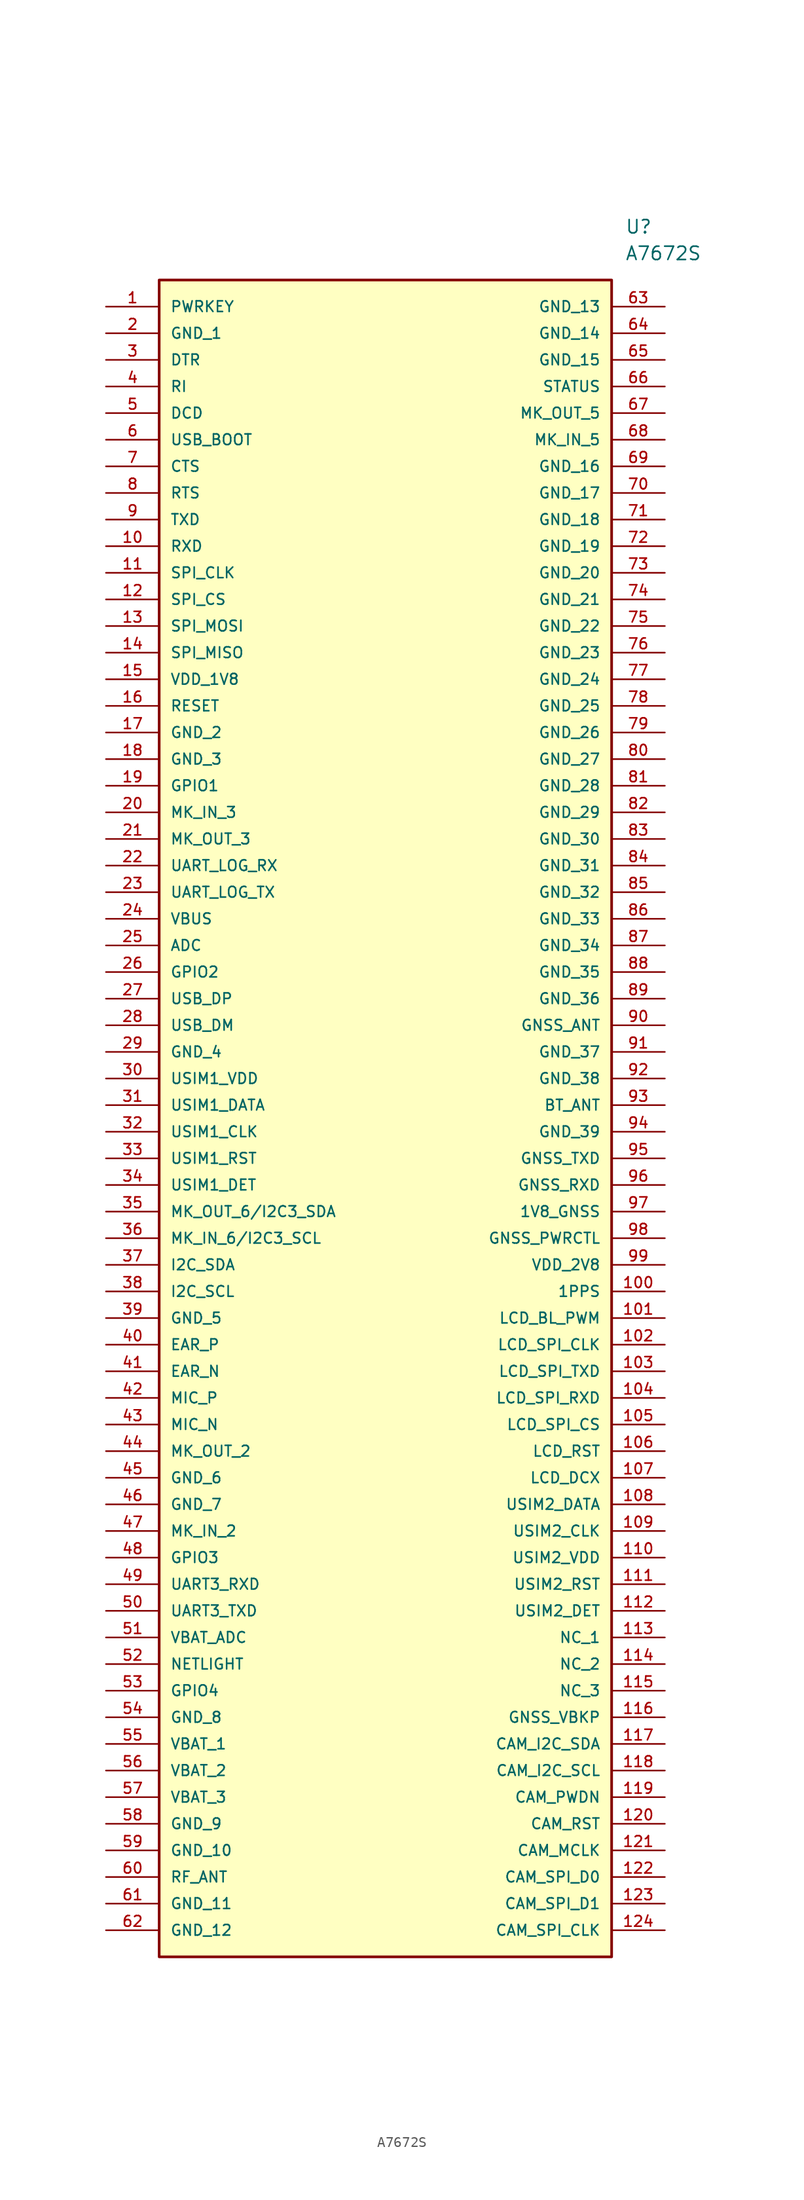
<source format=kicad_sym>
(kicad_symbol_lib
  (version 20211014)
  (generator kicad_symbol_editor)
  (symbol "A7672S"
    (pin_names
      (offset 1.016))
    (property "Reference" "U"
      (at 49.53 7.62 0)
      (effects (font (size 1.27 1.27)) (justify left)))
    (property "Value" "A7672S"
      (at 49.53 5.08 0)
      (effects (font (size 1.27 1.27)) (justify left)))
    (symbol "A7672S_0_0"
      (rectangle (start 5.08 -157.48) (end 48.26 2.54) (stroke (width 0.254)) (fill (type background)))
      (pin bidirectional line (at 0.0 0.0 0) (length 5.08) (name "PWRKEY" (effects (font (size 1.016 1.016)))) (number "1" (effects (font (size 1.016 1.016)))))
      (pin bidirectional line (at 0.0 -2.54 0) (length 5.08) (name "GND_1" (effects (font (size 1.016 1.016)))) (number "2" (effects (font (size 1.016 1.016)))))
      (pin bidirectional line (at 0.0 -5.08 0) (length 5.08) (name "DTR" (effects (font (size 1.016 1.016)))) (number "3" (effects (font (size 1.016 1.016)))))
      (pin bidirectional line (at 0.0 -7.62 0) (length 5.08) (name "RI" (effects (font (size 1.016 1.016)))) (number "4" (effects (font (size 1.016 1.016)))))
      (pin bidirectional line (at 0.0 -10.16 0) (length 5.08) (name "DCD" (effects (font (size 1.016 1.016)))) (number "5" (effects (font (size 1.016 1.016)))))
      (pin bidirectional line (at 0.0 -12.7 0) (length 5.08) (name "USB_BOOT" (effects (font (size 1.016 1.016)))) (number "6" (effects (font (size 1.016 1.016)))))
      (pin bidirectional line (at 0.0 -15.24 0) (length 5.08) (name "CTS" (effects (font (size 1.016 1.016)))) (number "7" (effects (font (size 1.016 1.016)))))
      (pin bidirectional line (at 0.0 -17.78 0) (length 5.08) (name "RTS" (effects (font (size 1.016 1.016)))) (number "8" (effects (font (size 1.016 1.016)))))
      (pin bidirectional line (at 0.0 -20.32 0) (length 5.08) (name "TXD" (effects (font (size 1.016 1.016)))) (number "9" (effects (font (size 1.016 1.016)))))
      (pin bidirectional line (at 0.0 -22.86 0) (length 5.08) (name "RXD" (effects (font (size 1.016 1.016)))) (number "10" (effects (font (size 1.016 1.016)))))
      (pin bidirectional line (at 0.0 -25.4 0) (length 5.08) (name "SPI_CLK" (effects (font (size 1.016 1.016)))) (number "11" (effects (font (size 1.016 1.016)))))
      (pin bidirectional line (at 0.0 -27.94 0) (length 5.08) (name "SPI_CS" (effects (font (size 1.016 1.016)))) (number "12" (effects (font (size 1.016 1.016)))))
      (pin bidirectional line (at 0.0 -30.48 0) (length 5.08) (name "SPI_MOSI" (effects (font (size 1.016 1.016)))) (number "13" (effects (font (size 1.016 1.016)))))
      (pin bidirectional line (at 0.0 -33.02 0) (length 5.08) (name "SPI_MISO" (effects (font (size 1.016 1.016)))) (number "14" (effects (font (size 1.016 1.016)))))
      (pin bidirectional line (at 0.0 -35.56 0) (length 5.08) (name "VDD_1V8" (effects (font (size 1.016 1.016)))) (number "15" (effects (font (size 1.016 1.016)))))
      (pin bidirectional line (at 0.0 -38.1 0) (length 5.08) (name "RESET" (effects (font (size 1.016 1.016)))) (number "16" (effects (font (size 1.016 1.016)))))
      (pin bidirectional line (at 0.0 -40.64 0) (length 5.08) (name "GND_2" (effects (font (size 1.016 1.016)))) (number "17" (effects (font (size 1.016 1.016)))))
      (pin bidirectional line (at 0.0 -43.18 0) (length 5.08) (name "GND_3" (effects (font (size 1.016 1.016)))) (number "18" (effects (font (size 1.016 1.016)))))
      (pin bidirectional line (at 0.0 -45.72 0) (length 5.08) (name "GPIO1" (effects (font (size 1.016 1.016)))) (number "19" (effects (font (size 1.016 1.016)))))
      (pin bidirectional line (at 0.0 -48.26 0) (length 5.08) (name "MK_IN_3" (effects (font (size 1.016 1.016)))) (number "20" (effects (font (size 1.016 1.016)))))
      (pin bidirectional line (at 0.0 -50.8 0) (length 5.08) (name "MK_OUT_3" (effects (font (size 1.016 1.016)))) (number "21" (effects (font (size 1.016 1.016)))))
      (pin bidirectional line (at 0.0 -53.34 0) (length 5.08) (name "UART_LOG_RX" (effects (font (size 1.016 1.016)))) (number "22" (effects (font (size 1.016 1.016)))))
      (pin bidirectional line (at 0.0 -55.88 0) (length 5.08) (name "UART_LOG_TX" (effects (font (size 1.016 1.016)))) (number "23" (effects (font (size 1.016 1.016)))))
      (pin bidirectional line (at 0.0 -58.42 0) (length 5.08) (name "VBUS" (effects (font (size 1.016 1.016)))) (number "24" (effects (font (size 1.016 1.016)))))
      (pin bidirectional line (at 0.0 -60.96 0) (length 5.08) (name "ADC" (effects (font (size 1.016 1.016)))) (number "25" (effects (font (size 1.016 1.016)))))
      (pin bidirectional line (at 0.0 -63.5 0) (length 5.08) (name "GPIO2" (effects (font (size 1.016 1.016)))) (number "26" (effects (font (size 1.016 1.016)))))
      (pin bidirectional line (at 0.0 -66.04 0) (length 5.08) (name "USB_DP" (effects (font (size 1.016 1.016)))) (number "27" (effects (font (size 1.016 1.016)))))
      (pin bidirectional line (at 0.0 -68.58 0) (length 5.08) (name "USB_DM" (effects (font (size 1.016 1.016)))) (number "28" (effects (font (size 1.016 1.016)))))
      (pin bidirectional line (at 0.0 -71.12 0) (length 5.08) (name "GND_4" (effects (font (size 1.016 1.016)))) (number "29" (effects (font (size 1.016 1.016)))))
      (pin bidirectional line (at 0.0 -73.66 0) (length 5.08) (name "USIM1_VDD" (effects (font (size 1.016 1.016)))) (number "30" (effects (font (size 1.016 1.016)))))
      (pin bidirectional line (at 0.0 -76.2 0) (length 5.08) (name "USIM1_DATA" (effects (font (size 1.016 1.016)))) (number "31" (effects (font (size 1.016 1.016)))))
      (pin bidirectional line (at 0.0 -78.74 0) (length 5.08) (name "USIM1_CLK" (effects (font (size 1.016 1.016)))) (number "32" (effects (font (size 1.016 1.016)))))
      (pin bidirectional line (at 0.0 -81.28 0) (length 5.08) (name "USIM1_RST" (effects (font (size 1.016 1.016)))) (number "33" (effects (font (size 1.016 1.016)))))
      (pin bidirectional line (at 0.0 -83.82 0) (length 5.08) (name "USIM1_DET" (effects (font (size 1.016 1.016)))) (number "34" (effects (font (size 1.016 1.016)))))
      (pin bidirectional line (at 0.0 -86.36 0) (length 5.08) (name "MK_OUT_6/I2C3_SDA" (effects (font (size 1.016 1.016)))) (number "35" (effects (font (size 1.016 1.016)))))
      (pin bidirectional line (at 0.0 -88.9 0) (length 5.08) (name "MK_IN_6/I2C3_SCL" (effects (font (size 1.016 1.016)))) (number "36" (effects (font (size 1.016 1.016)))))
      (pin bidirectional line (at 0.0 -91.44 0) (length 5.08) (name "I2C_SDA" (effects (font (size 1.016 1.016)))) (number "37" (effects (font (size 1.016 1.016)))))
      (pin bidirectional line (at 0.0 -93.98 0) (length 5.08) (name "I2C_SCL" (effects (font (size 1.016 1.016)))) (number "38" (effects (font (size 1.016 1.016)))))
      (pin bidirectional line (at 0.0 -96.52 0) (length 5.08) (name "GND_5" (effects (font (size 1.016 1.016)))) (number "39" (effects (font (size 1.016 1.016)))))
      (pin bidirectional line (at 0.0 -99.06 0) (length 5.08) (name "EAR_P" (effects (font (size 1.016 1.016)))) (number "40" (effects (font (size 1.016 1.016)))))
      (pin bidirectional line (at 0.0 -101.6 0) (length 5.08) (name "EAR_N" (effects (font (size 1.016 1.016)))) (number "41" (effects (font (size 1.016 1.016)))))
      (pin bidirectional line (at 0.0 -104.14 0) (length 5.08) (name "MIC_P" (effects (font (size 1.016 1.016)))) (number "42" (effects (font (size 1.016 1.016)))))
      (pin bidirectional line (at 0.0 -106.68 0) (length 5.08) (name "MIC_N" (effects (font (size 1.016 1.016)))) (number "43" (effects (font (size 1.016 1.016)))))
      (pin bidirectional line (at 0.0 -109.22 0) (length 5.08) (name "MK_OUT_2" (effects (font (size 1.016 1.016)))) (number "44" (effects (font (size 1.016 1.016)))))
      (pin bidirectional line (at 0.0 -111.76 0) (length 5.08) (name "GND_6" (effects (font (size 1.016 1.016)))) (number "45" (effects (font (size 1.016 1.016)))))
      (pin bidirectional line (at 0.0 -114.3 0) (length 5.08) (name "GND_7" (effects (font (size 1.016 1.016)))) (number "46" (effects (font (size 1.016 1.016)))))
      (pin bidirectional line (at 0.0 -116.84 0) (length 5.08) (name "MK_IN_2" (effects (font (size 1.016 1.016)))) (number "47" (effects (font (size 1.016 1.016)))))
      (pin bidirectional line (at 0.0 -119.38 0) (length 5.08) (name "GPIO3" (effects (font (size 1.016 1.016)))) (number "48" (effects (font (size 1.016 1.016)))))
      (pin bidirectional line (at 0.0 -121.92 0) (length 5.08) (name "UART3_RXD" (effects (font (size 1.016 1.016)))) (number "49" (effects (font (size 1.016 1.016)))))
      (pin bidirectional line (at 0.0 -124.46 0) (length 5.08) (name "UART3_TXD" (effects (font (size 1.016 1.016)))) (number "50" (effects (font (size 1.016 1.016)))))
      (pin bidirectional line (at 0.0 -127.0 0) (length 5.08) (name "VBAT_ADC" (effects (font (size 1.016 1.016)))) (number "51" (effects (font (size 1.016 1.016)))))
      (pin bidirectional line (at 0.0 -129.54 0) (length 5.08) (name "NETLIGHT" (effects (font (size 1.016 1.016)))) (number "52" (effects (font (size 1.016 1.016)))))
      (pin bidirectional line (at 0.0 -132.08 0) (length 5.08) (name "GPIO4" (effects (font (size 1.016 1.016)))) (number "53" (effects (font (size 1.016 1.016)))))
      (pin bidirectional line (at 0.0 -134.62 0) (length 5.08) (name "GND_8" (effects (font (size 1.016 1.016)))) (number "54" (effects (font (size 1.016 1.016)))))
      (pin bidirectional line (at 0.0 -137.16 0) (length 5.08) (name "VBAT_1" (effects (font (size 1.016 1.016)))) (number "55" (effects (font (size 1.016 1.016)))))
      (pin bidirectional line (at 0.0 -139.7 0) (length 5.08) (name "VBAT_2" (effects (font (size 1.016 1.016)))) (number "56" (effects (font (size 1.016 1.016)))))
      (pin bidirectional line (at 0.0 -142.24 0) (length 5.08) (name "VBAT_3" (effects (font (size 1.016 1.016)))) (number "57" (effects (font (size 1.016 1.016)))))
      (pin bidirectional line (at 0.0 -144.78 0) (length 5.08) (name "GND_9" (effects (font (size 1.016 1.016)))) (number "58" (effects (font (size 1.016 1.016)))))
      (pin bidirectional line (at 0.0 -147.32 0) (length 5.08) (name "GND_10" (effects (font (size 1.016 1.016)))) (number "59" (effects (font (size 1.016 1.016)))))
      (pin bidirectional line (at 0.0 -149.86 0) (length 5.08) (name "RF_ANT" (effects (font (size 1.016 1.016)))) (number "60" (effects (font (size 1.016 1.016)))))
      (pin bidirectional line (at 0.0 -152.4 0) (length 5.08) (name "GND_11" (effects (font (size 1.016 1.016)))) (number "61" (effects (font (size 1.016 1.016)))))
      (pin bidirectional line (at 0.0 -154.94 0) (length 5.08) (name "GND_12" (effects (font (size 1.016 1.016)))) (number "62" (effects (font (size 1.016 1.016)))))
      (pin bidirectional line (at 53.34 0.0 180.0) (length 5.08) (name "GND_13" (effects (font (size 1.016 1.016)))) (number "63" (effects (font (size 1.016 1.016)))))
      (pin bidirectional line (at 53.34 -2.54 180.0) (length 5.08) (name "GND_14" (effects (font (size 1.016 1.016)))) (number "64" (effects (font (size 1.016 1.016)))))
      (pin bidirectional line (at 53.34 -5.08 180.0) (length 5.08) (name "GND_15" (effects (font (size 1.016 1.016)))) (number "65" (effects (font (size 1.016 1.016)))))
      (pin bidirectional line (at 53.34 -7.62 180.0) (length 5.08) (name "STATUS" (effects (font (size 1.016 1.016)))) (number "66" (effects (font (size 1.016 1.016)))))
      (pin bidirectional line (at 53.34 -10.16 180.0) (length 5.08) (name "MK_OUT_5" (effects (font (size 1.016 1.016)))) (number "67" (effects (font (size 1.016 1.016)))))
      (pin bidirectional line (at 53.34 -12.7 180.0) (length 5.08) (name "MK_IN_5" (effects (font (size 1.016 1.016)))) (number "68" (effects (font (size 1.016 1.016)))))
      (pin bidirectional line (at 53.34 -15.24 180.0) (length 5.08) (name "GND_16" (effects (font (size 1.016 1.016)))) (number "69" (effects (font (size 1.016 1.016)))))
      (pin bidirectional line (at 53.34 -17.78 180.0) (length 5.08) (name "GND_17" (effects (font (size 1.016 1.016)))) (number "70" (effects (font (size 1.016 1.016)))))
      (pin bidirectional line (at 53.34 -20.32 180.0) (length 5.08) (name "GND_18" (effects (font (size 1.016 1.016)))) (number "71" (effects (font (size 1.016 1.016)))))
      (pin bidirectional line (at 53.34 -22.86 180.0) (length 5.08) (name "GND_19" (effects (font (size 1.016 1.016)))) (number "72" (effects (font (size 1.016 1.016)))))
      (pin bidirectional line (at 53.34 -25.4 180.0) (length 5.08) (name "GND_20" (effects (font (size 1.016 1.016)))) (number "73" (effects (font (size 1.016 1.016)))))
      (pin bidirectional line (at 53.34 -27.94 180.0) (length 5.08) (name "GND_21" (effects (font (size 1.016 1.016)))) (number "74" (effects (font (size 1.016 1.016)))))
      (pin bidirectional line (at 53.34 -30.48 180.0) (length 5.08) (name "GND_22" (effects (font (size 1.016 1.016)))) (number "75" (effects (font (size 1.016 1.016)))))
      (pin bidirectional line (at 53.34 -33.02 180.0) (length 5.08) (name "GND_23" (effects (font (size 1.016 1.016)))) (number "76" (effects (font (size 1.016 1.016)))))
      (pin bidirectional line (at 53.34 -35.56 180.0) (length 5.08) (name "GND_24" (effects (font (size 1.016 1.016)))) (number "77" (effects (font (size 1.016 1.016)))))
      (pin bidirectional line (at 53.34 -38.1 180.0) (length 5.08) (name "GND_25" (effects (font (size 1.016 1.016)))) (number "78" (effects (font (size 1.016 1.016)))))
      (pin bidirectional line (at 53.34 -40.64 180.0) (length 5.08) (name "GND_26" (effects (font (size 1.016 1.016)))) (number "79" (effects (font (size 1.016 1.016)))))
      (pin bidirectional line (at 53.34 -43.18 180.0) (length 5.08) (name "GND_27" (effects (font (size 1.016 1.016)))) (number "80" (effects (font (size 1.016 1.016)))))
      (pin bidirectional line (at 53.34 -45.72 180.0) (length 5.08) (name "GND_28" (effects (font (size 1.016 1.016)))) (number "81" (effects (font (size 1.016 1.016)))))
      (pin bidirectional line (at 53.34 -48.26 180.0) (length 5.08) (name "GND_29" (effects (font (size 1.016 1.016)))) (number "82" (effects (font (size 1.016 1.016)))))
      (pin bidirectional line (at 53.34 -50.8 180.0) (length 5.08) (name "GND_30" (effects (font (size 1.016 1.016)))) (number "83" (effects (font (size 1.016 1.016)))))
      (pin bidirectional line (at 53.34 -53.34 180.0) (length 5.08) (name "GND_31" (effects (font (size 1.016 1.016)))) (number "84" (effects (font (size 1.016 1.016)))))
      (pin bidirectional line (at 53.34 -55.88 180.0) (length 5.08) (name "GND_32" (effects (font (size 1.016 1.016)))) (number "85" (effects (font (size 1.016 1.016)))))
      (pin bidirectional line (at 53.34 -58.42 180.0) (length 5.08) (name "GND_33" (effects (font (size 1.016 1.016)))) (number "86" (effects (font (size 1.016 1.016)))))
      (pin bidirectional line (at 53.34 -60.96 180.0) (length 5.08) (name "GND_34" (effects (font (size 1.016 1.016)))) (number "87" (effects (font (size 1.016 1.016)))))
      (pin bidirectional line (at 53.34 -63.5 180.0) (length 5.08) (name "GND_35" (effects (font (size 1.016 1.016)))) (number "88" (effects (font (size 1.016 1.016)))))
      (pin bidirectional line (at 53.34 -66.04 180.0) (length 5.08) (name "GND_36" (effects (font (size 1.016 1.016)))) (number "89" (effects (font (size 1.016 1.016)))))
      (pin bidirectional line (at 53.34 -68.58 180.0) (length 5.08) (name "GNSS_ANT" (effects (font (size 1.016 1.016)))) (number "90" (effects (font (size 1.016 1.016)))))
      (pin bidirectional line (at 53.34 -71.12 180.0) (length 5.08) (name "GND_37" (effects (font (size 1.016 1.016)))) (number "91" (effects (font (size 1.016 1.016)))))
      (pin bidirectional line (at 53.34 -73.66 180.0) (length 5.08) (name "GND_38" (effects (font (size 1.016 1.016)))) (number "92" (effects (font (size 1.016 1.016)))))
      (pin bidirectional line (at 53.34 -76.2 180.0) (length 5.08) (name "BT_ANT" (effects (font (size 1.016 1.016)))) (number "93" (effects (font (size 1.016 1.016)))))
      (pin bidirectional line (at 53.34 -78.74 180.0) (length 5.08) (name "GND_39" (effects (font (size 1.016 1.016)))) (number "94" (effects (font (size 1.016 1.016)))))
      (pin bidirectional line (at 53.34 -81.28 180.0) (length 5.08) (name "GNSS_TXD" (effects (font (size 1.016 1.016)))) (number "95" (effects (font (size 1.016 1.016)))))
      (pin bidirectional line (at 53.34 -83.82 180.0) (length 5.08) (name "GNSS_RXD" (effects (font (size 1.016 1.016)))) (number "96" (effects (font (size 1.016 1.016)))))
      (pin bidirectional line (at 53.34 -86.36 180.0) (length 5.08) (name "1V8_GNSS" (effects (font (size 1.016 1.016)))) (number "97" (effects (font (size 1.016 1.016)))))
      (pin bidirectional line (at 53.34 -88.9 180.0) (length 5.08) (name "GNSS_PWRCTL" (effects (font (size 1.016 1.016)))) (number "98" (effects (font (size 1.016 1.016)))))
      (pin bidirectional line (at 53.34 -91.44 180.0) (length 5.08) (name "VDD_2V8" (effects (font (size 1.016 1.016)))) (number "99" (effects (font (size 1.016 1.016)))))
      (pin bidirectional line (at 53.34 -93.98 180.0) (length 5.08) (name "1PPS" (effects (font (size 1.016 1.016)))) (number "100" (effects (font (size 1.016 1.016)))))
      (pin bidirectional line (at 53.34 -96.52 180.0) (length 5.08) (name "LCD_BL_PWM" (effects (font (size 1.016 1.016)))) (number "101" (effects (font (size 1.016 1.016)))))
      (pin bidirectional line (at 53.34 -99.06 180.0) (length 5.08) (name "LCD_SPI_CLK" (effects (font (size 1.016 1.016)))) (number "102" (effects (font (size 1.016 1.016)))))
      (pin bidirectional line (at 53.34 -101.6 180.0) (length 5.08) (name "LCD_SPI_TXD" (effects (font (size 1.016 1.016)))) (number "103" (effects (font (size 1.016 1.016)))))
      (pin bidirectional line (at 53.34 -104.14 180.0) (length 5.08) (name "LCD_SPI_RXD" (effects (font (size 1.016 1.016)))) (number "104" (effects (font (size 1.016 1.016)))))
      (pin bidirectional line (at 53.34 -106.68 180.0) (length 5.08) (name "LCD_SPI_CS" (effects (font (size 1.016 1.016)))) (number "105" (effects (font (size 1.016 1.016)))))
      (pin bidirectional line (at 53.34 -109.22 180.0) (length 5.08) (name "LCD_RST" (effects (font (size 1.016 1.016)))) (number "106" (effects (font (size 1.016 1.016)))))
      (pin bidirectional line (at 53.34 -111.76 180.0) (length 5.08) (name "LCD_DCX" (effects (font (size 1.016 1.016)))) (number "107" (effects (font (size 1.016 1.016)))))
      (pin bidirectional line (at 53.34 -114.3 180.0) (length 5.08) (name "USIM2_DATA" (effects (font (size 1.016 1.016)))) (number "108" (effects (font (size 1.016 1.016)))))
      (pin bidirectional line (at 53.34 -116.84 180.0) (length 5.08) (name "USIM2_CLK" (effects (font (size 1.016 1.016)))) (number "109" (effects (font (size 1.016 1.016)))))
      (pin bidirectional line (at 53.34 -119.38 180.0) (length 5.08) (name "USIM2_VDD" (effects (font (size 1.016 1.016)))) (number "110" (effects (font (size 1.016 1.016)))))
      (pin bidirectional line (at 53.34 -121.92 180.0) (length 5.08) (name "USIM2_RST" (effects (font (size 1.016 1.016)))) (number "111" (effects (font (size 1.016 1.016)))))
      (pin bidirectional line (at 53.34 -124.46 180.0) (length 5.08) (name "USIM2_DET" (effects (font (size 1.016 1.016)))) (number "112" (effects (font (size 1.016 1.016)))))
      (pin bidirectional line (at 53.34 -127.0 180.0) (length 5.08) (name "NC_1" (effects (font (size 1.016 1.016)))) (number "113" (effects (font (size 1.016 1.016)))))
      (pin bidirectional line (at 53.34 -129.54 180.0) (length 5.08) (name "NC_2" (effects (font (size 1.016 1.016)))) (number "114" (effects (font (size 1.016 1.016)))))
      (pin bidirectional line (at 53.34 -132.08 180.0) (length 5.08) (name "NC_3" (effects (font (size 1.016 1.016)))) (number "115" (effects (font (size 1.016 1.016)))))
      (pin bidirectional line (at 53.34 -134.62 180.0) (length 5.08) (name "GNSS_VBKP" (effects (font (size 1.016 1.016)))) (number "116" (effects (font (size 1.016 1.016)))))
      (pin bidirectional line (at 53.34 -137.16 180.0) (length 5.08) (name "CAM_I2C_SDA" (effects (font (size 1.016 1.016)))) (number "117" (effects (font (size 1.016 1.016)))))
      (pin bidirectional line (at 53.34 -139.7 180.0) (length 5.08) (name "CAM_I2C_SCL" (effects (font (size 1.016 1.016)))) (number "118" (effects (font (size 1.016 1.016)))))
      (pin bidirectional line (at 53.34 -142.24 180.0) (length 5.08) (name "CAM_PWDN" (effects (font (size 1.016 1.016)))) (number "119" (effects (font (size 1.016 1.016)))))
      (pin bidirectional line (at 53.34 -144.78 180.0) (length 5.08) (name "CAM_RST" (effects (font (size 1.016 1.016)))) (number "120" (effects (font (size 1.016 1.016)))))
      (pin bidirectional line (at 53.34 -147.32 180.0) (length 5.08) (name "CAM_MCLK" (effects (font (size 1.016 1.016)))) (number "121" (effects (font (size 1.016 1.016)))))
      (pin bidirectional line (at 53.34 -149.86 180.0) (length 5.08) (name "CAM_SPI_D0" (effects (font (size 1.016 1.016)))) (number "122" (effects (font (size 1.016 1.016)))))
      (pin bidirectional line (at 53.34 -152.4 180.0) (length 5.08) (name "CAM_SPI_D1" (effects (font (size 1.016 1.016)))) (number "123" (effects (font (size 1.016 1.016)))))
      (pin bidirectional line (at 53.34 -154.94 180.0) (length 5.08) (name "CAM_SPI_CLK" (effects (font (size 1.016 1.016)))) (number "124" (effects (font (size 1.016 1.016))))))))
</source>
